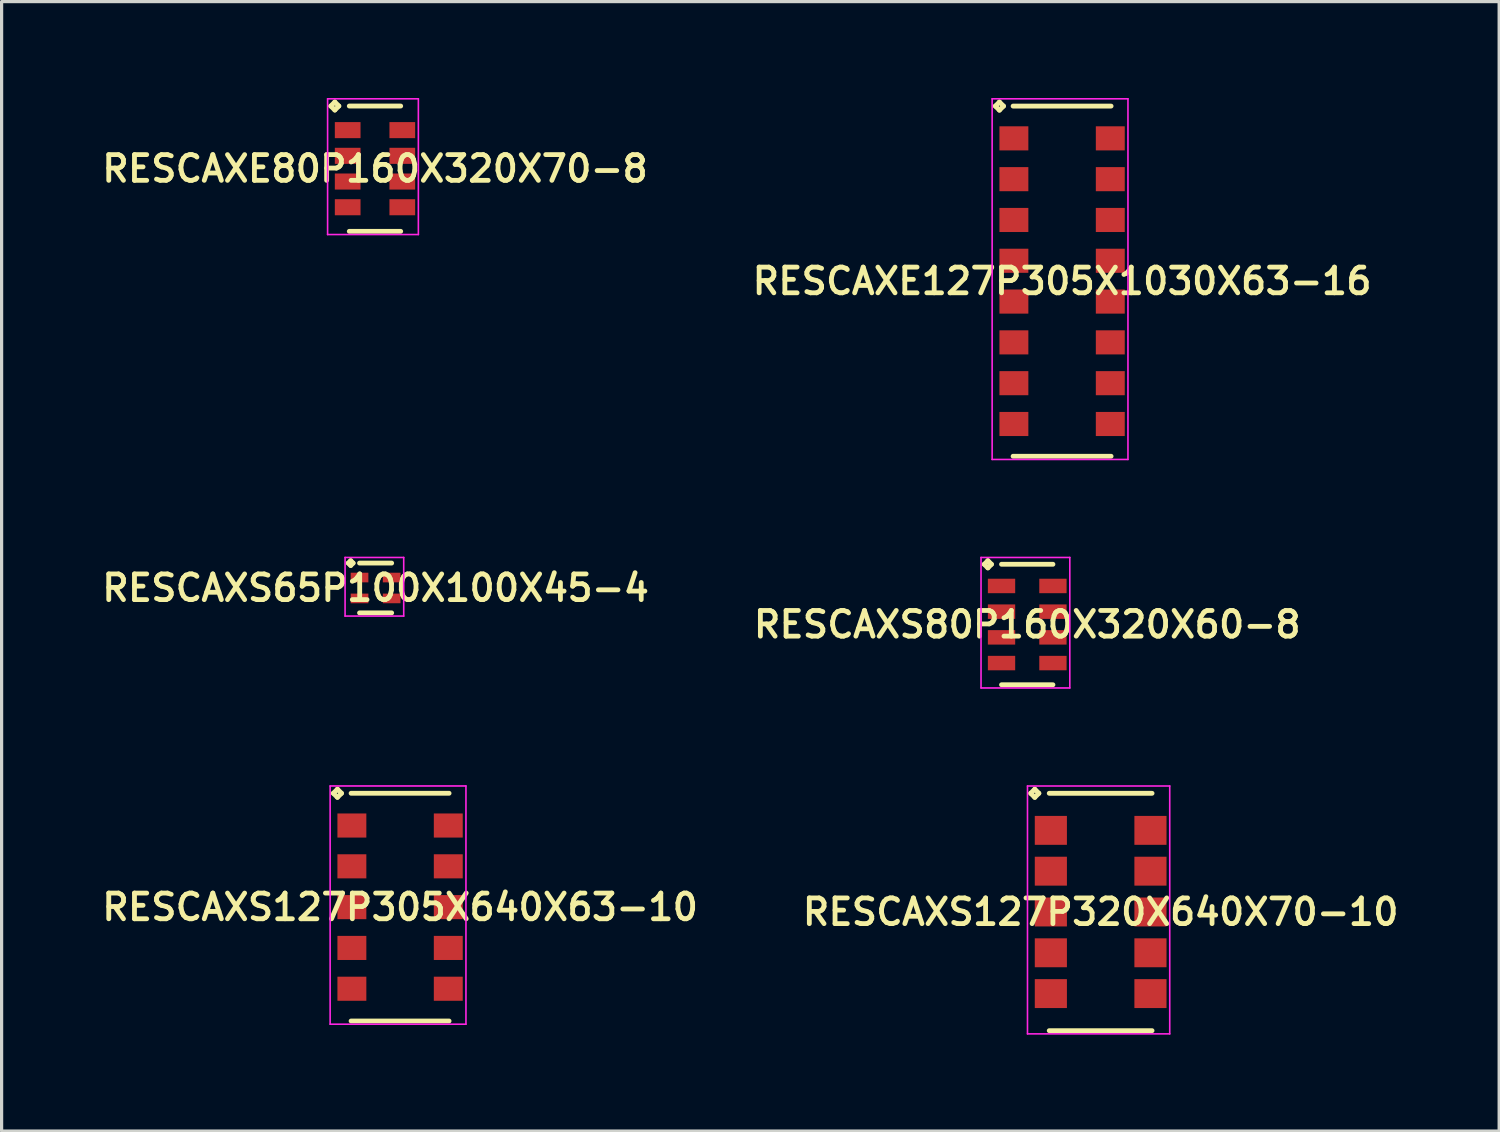
<source format=kicad_pcb>
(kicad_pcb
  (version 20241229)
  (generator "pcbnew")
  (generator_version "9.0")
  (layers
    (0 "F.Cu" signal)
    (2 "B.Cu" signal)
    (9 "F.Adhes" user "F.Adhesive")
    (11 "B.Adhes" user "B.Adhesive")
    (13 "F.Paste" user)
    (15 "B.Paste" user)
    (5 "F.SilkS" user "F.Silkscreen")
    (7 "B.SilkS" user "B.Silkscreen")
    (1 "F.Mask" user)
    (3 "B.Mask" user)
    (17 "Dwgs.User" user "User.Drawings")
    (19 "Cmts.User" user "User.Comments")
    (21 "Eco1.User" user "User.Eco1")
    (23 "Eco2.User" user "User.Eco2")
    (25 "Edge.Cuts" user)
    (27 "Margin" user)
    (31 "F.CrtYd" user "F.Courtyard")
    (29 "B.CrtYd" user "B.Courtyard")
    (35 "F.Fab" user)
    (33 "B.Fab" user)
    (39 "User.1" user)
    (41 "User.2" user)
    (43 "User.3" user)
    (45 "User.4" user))
  (footprint "RESCAXE80P160X320X70-8"
    (layer "F.Cu")
    (at 8.621 2.2)
    (property "Reference" "RESCAXE80P160X320X70-8" (at 0 0 0) (layer "F.SilkS") (effects (font (size 0.8 0.8) (thickness 0.15))))
    (attr smd)
    (fp_line (start -1.375 -1.95) (end -1.25 -2.075) (stroke (width 0.15) (type solid)) (layer "F.SilkS"))
    (fp_line (start -1.25 -2.075) (end -1.125 -1.95) (stroke (width 0.15) (type solid)) (layer "F.SilkS"))
    (fp_line (start -1.25 -1.825) (end -1.375 -1.95) (stroke (width 0.15) (type solid)) (layer "F.SilkS"))
    (fp_line (start -1.125 -1.95) (end -1.25 -1.825) (stroke (width 0.15) (type solid)) (layer "F.SilkS"))
    (fp_line (start -0.8 -1.95) (end 0.8 -1.95) (stroke (width 0.15) (type solid)) (layer "F.SilkS"))
    (fp_line (start -0.8 1.95) (end 0.8 1.95) (stroke (width 0.15) (type solid)) (layer "F.SilkS"))
    (fp_line (start -1.475 -2.175) (end 1.35 -2.175) (stroke (width 0.05) (type solid)) (layer "F.CrtYd"))
    (fp_line (start -1.475 2.05) (end -1.475 -2.175) (stroke (width 0.05) (type solid)) (layer "F.CrtYd"))
    (fp_line (start 1.35 -2.175) (end 1.35 2.05) (stroke (width 0.05) (type solid)) (layer "F.CrtYd"))
    (fp_line (start 1.35 2.05) (end -1.475 2.05) (stroke (width 0.05) (type solid)) (layer "F.CrtYd"))
    (pad "1" smd rect (at -0.85 -1.2) (size 0.8 0.5) (layers "F.Cu" "F.Mask" "F.Paste"))
    (pad "2" smd rect (at -0.85 -0.4) (size 0.8 0.5) (layers "F.Cu" "F.Mask" "F.Paste"))
    (pad "3" smd rect (at -0.85 0.4) (size 0.8 0.5) (layers "F.Cu" "F.Mask" "F.Paste"))
    (pad "4" smd rect (at -0.85 1.2) (size 0.8 0.5) (layers "F.Cu" "F.Mask" "F.Paste"))
    (pad "5" smd rect (at 0.85 1.2) (size 0.8 0.5) (layers "F.Cu" "F.Mask" "F.Paste"))
    (pad "6" smd rect (at 0.85 0.4) (size 0.8 0.5) (layers "F.Cu" "F.Mask" "F.Paste"))
    (pad "7" smd rect (at 0.85 -0.4) (size 0.8 0.5) (layers "F.Cu" "F.Mask" "F.Paste"))
    (pad "8" smd rect (at 0.85 -1.2) (size 0.8 0.5) (layers "F.Cu" "F.Mask" "F.Paste")))
  (footprint "RESCAXE127P305X1030X63-16"
    (layer "F.Cu")
    (at 30.006 5.701)
    (property "Reference" "RESCAXE127P305X1030X63-16" (at 0 0 0) (layer "F.SilkS") (effects (font (size 0.8 0.8) (thickness 0.15))))
    (attr smd)
    (fp_line (start -2.077 -5.449) (end -1.95 -5.576) (stroke (width 0.15) (type solid)) (layer "F.SilkS"))
    (fp_line (start -1.95 -5.576) (end -1.823 -5.449) (stroke (width 0.15) (type solid)) (layer "F.SilkS"))
    (fp_line (start -1.95 -5.322) (end -2.077 -5.449) (stroke (width 0.15) (type solid)) (layer "F.SilkS"))
    (fp_line (start -1.823 -5.449) (end -1.95 -5.322) (stroke (width 0.15) (type solid)) (layer "F.SilkS"))
    (fp_line (start -1.525 -5.449) (end 1.525 -5.449) (stroke (width 0.15) (type solid)) (layer "F.SilkS"))
    (fp_line (start -1.525 5.449) (end 1.525 5.449) (stroke (width 0.15) (type solid)) (layer "F.SilkS"))
    (fp_line (start -2.177 -5.676) (end 2.05 -5.676) (stroke (width 0.05) (type solid)) (layer "F.CrtYd"))
    (fp_line (start -2.177 5.549) (end -2.177 -5.676) (stroke (width 0.05) (type solid)) (layer "F.CrtYd"))
    (fp_line (start 2.05 -5.676) (end 2.05 5.549) (stroke (width 0.05) (type solid)) (layer "F.CrtYd"))
    (fp_line (start 2.05 5.549) (end -2.177 5.549) (stroke (width 0.05) (type solid)) (layer "F.CrtYd"))
    (pad "1" smd rect (at -1.5 -4.445) (size 0.9 0.75) (layers "F.Cu" "F.Mask" "F.Paste"))
    (pad "2" smd rect (at -1.5 -3.175) (size 0.9 0.75) (layers "F.Cu" "F.Mask" "F.Paste"))
    (pad "3" smd rect (at -1.5 -1.905) (size 0.9 0.75) (layers "F.Cu" "F.Mask" "F.Paste"))
    (pad "4" smd rect (at -1.5 -0.635) (size 0.9 0.75) (layers "F.Cu" "F.Mask" "F.Paste"))
    (pad "5" smd rect (at -1.5 0.635) (size 0.9 0.75) (layers "F.Cu" "F.Mask" "F.Paste"))
    (pad "6" smd rect (at -1.5 1.905) (size 0.9 0.75) (layers "F.Cu" "F.Mask" "F.Paste"))
    (pad "7" smd rect (at -1.5 3.175) (size 0.9 0.75) (layers "F.Cu" "F.Mask" "F.Paste"))
    (pad "8" smd rect (at -1.5 4.445) (size 0.9 0.75) (layers "F.Cu" "F.Mask" "F.Paste"))
    (pad "9" smd rect (at 1.5 4.445) (size 0.9 0.75) (layers "F.Cu" "F.Mask" "F.Paste"))
    (pad "10" smd rect (at 1.5 3.175) (size 0.9 0.75) (layers "F.Cu" "F.Mask" "F.Paste"))
    (pad "11" smd rect (at 1.5 1.905) (size 0.9 0.75) (layers "F.Cu" "F.Mask" "F.Paste"))
    (pad "12" smd rect (at 1.5 0.635) (size 0.9 0.75) (layers "F.Cu" "F.Mask" "F.Paste"))
    (pad "13" smd rect (at 1.5 -0.635) (size 0.9 0.75) (layers "F.Cu" "F.Mask" "F.Paste"))
    (pad "14" smd rect (at 1.5 -1.905) (size 0.9 0.75) (layers "F.Cu" "F.Mask" "F.Paste"))
    (pad "15" smd rect (at 1.5 -3.175) (size 0.9 0.75) (layers "F.Cu" "F.Mask" "F.Paste"))
    (pad "16" smd rect (at 1.5 -4.445) (size 0.9 0.75) (layers "F.Cu" "F.Mask" "F.Paste")))
  (footprint "RESCAXS80P160X320X60-8"
    (layer "F.Cu")
    (at 28.921 16.387)
    (property "Reference" "RESCAXS80P160X320X60-8" (at 0 0 0) (layer "F.SilkS") (effects (font (size 0.8 0.8) (thickness 0.15))))
    (attr smd)
    (fp_line (start -1.337 -1.875) (end -1.225 -1.988) (stroke (width 0.15) (type solid)) (layer "F.SilkS"))
    (fp_line (start -1.225 -1.988) (end -1.113 -1.875) (stroke (width 0.15) (type solid)) (layer "F.SilkS"))
    (fp_line (start -1.225 -1.762) (end -1.337 -1.875) (stroke (width 0.15) (type solid)) (layer "F.SilkS"))
    (fp_line (start -1.113 -1.875) (end -1.225 -1.762) (stroke (width 0.15) (type solid)) (layer "F.SilkS"))
    (fp_line (start -0.8 -1.875) (end 0.8 -1.875) (stroke (width 0.15) (type solid)) (layer "F.SilkS"))
    (fp_line (start -0.8 1.875) (end 0.8 1.875) (stroke (width 0.15) (type solid)) (layer "F.SilkS"))
    (fp_line (start -1.438 -2.087) (end 1.325 -2.087) (stroke (width 0.05) (type solid)) (layer "F.CrtYd"))
    (fp_line (start -1.438 1.975) (end -1.438 -2.087) (stroke (width 0.05) (type solid)) (layer "F.CrtYd"))
    (fp_line (start 1.325 -2.087) (end 1.325 1.975) (stroke (width 0.05) (type solid)) (layer "F.CrtYd"))
    (fp_line (start 1.325 1.975) (end -1.438 1.975) (stroke (width 0.05) (type solid)) (layer "F.CrtYd"))
    (pad "1" smd rect (at -0.8 -1.2) (size 0.85 0.45) (layers "F.Cu" "F.Mask" "F.Paste"))
    (pad "2" smd rect (at -0.8 -0.4) (size 0.85 0.45) (layers "F.Cu" "F.Mask" "F.Paste"))
    (pad "3" smd rect (at -0.8 0.4) (size 0.85 0.45) (layers "F.Cu" "F.Mask" "F.Paste"))
    (pad "4" smd rect (at -0.8 1.2) (size 0.85 0.45) (layers "F.Cu" "F.Mask" "F.Paste"))
    (pad "5" smd rect (at 0.8 1.2) (size 0.85 0.45) (layers "F.Cu" "F.Mask" "F.Paste"))
    (pad "6" smd rect (at 0.8 0.4) (size 0.85 0.45) (layers "F.Cu" "F.Mask" "F.Paste"))
    (pad "7" smd rect (at 0.8 -0.4) (size 0.85 0.45) (layers "F.Cu" "F.Mask" "F.Paste"))
    (pad "8" smd rect (at 0.8 -1.2) (size 0.85 0.45) (layers "F.Cu" "F.Mask" "F.Paste")))
  (footprint "RESCAXS127P305X640X63-10"
    (layer "F.Cu")
    (at 9.402 25.183)
    (property "Reference" "RESCAXS127P305X640X63-10" (at 0 0 0) (layer "F.SilkS") (effects (font (size 0.8 0.8) (thickness 0.15))))
    (attr smd)
    (fp_line (start -2.077 -3.544) (end -1.95 -3.671) (stroke (width 0.15) (type solid)) (layer "F.SilkS"))
    (fp_line (start -1.95 -3.671) (end -1.823 -3.544) (stroke (width 0.15) (type solid)) (layer "F.SilkS"))
    (fp_line (start -1.95 -3.417) (end -2.077 -3.544) (stroke (width 0.15) (type solid)) (layer "F.SilkS"))
    (fp_line (start -1.823 -3.544) (end -1.95 -3.417) (stroke (width 0.15) (type solid)) (layer "F.SilkS"))
    (fp_line (start -1.525 -3.544) (end 1.525 -3.544) (stroke (width 0.15) (type solid)) (layer "F.SilkS"))
    (fp_line (start -1.525 3.544) (end 1.525 3.544) (stroke (width 0.15) (type solid)) (layer "F.SilkS"))
    (fp_line (start -2.177 -3.771) (end 2.05 -3.771) (stroke (width 0.05) (type solid)) (layer "F.CrtYd"))
    (fp_line (start -2.177 3.644) (end -2.177 -3.771) (stroke (width 0.05) (type solid)) (layer "F.CrtYd"))
    (fp_line (start 2.05 -3.771) (end 2.05 3.644) (stroke (width 0.05) (type solid)) (layer "F.CrtYd"))
    (fp_line (start 2.05 3.644) (end -2.177 3.644) (stroke (width 0.05) (type solid)) (layer "F.CrtYd"))
    (pad "1" smd rect (at -1.5 -2.54) (size 0.9 0.75) (layers "F.Cu" "F.Mask" "F.Paste"))
    (pad "2" smd rect (at -1.5 -1.27) (size 0.9 0.75) (layers "F.Cu" "F.Mask" "F.Paste"))
    (pad "3" smd rect (at -1.5 0) (size 0.9 0.75) (layers "F.Cu" "F.Mask" "F.Paste"))
    (pad "4" smd rect (at -1.5 1.27) (size 0.9 0.75) (layers "F.Cu" "F.Mask" "F.Paste"))
    (pad "5" smd rect (at -1.5 2.54) (size 0.9 0.75) (layers "F.Cu" "F.Mask" "F.Paste"))
    (pad "6" smd rect (at 1.5 2.54) (size 0.9 0.75) (layers "F.Cu" "F.Mask" "F.Paste"))
    (pad "7" smd rect (at 1.5 1.27) (size 0.9 0.75) (layers "F.Cu" "F.Mask" "F.Paste"))
    (pad "8" smd rect (at 1.5 0) (size 0.9 0.75) (layers "F.Cu" "F.Mask" "F.Paste"))
    (pad "9" smd rect (at 1.5 -1.27) (size 0.9 0.75) (layers "F.Cu" "F.Mask" "F.Paste"))
    (pad "10" smd rect (at 1.5 -2.54) (size 0.9 0.75) (layers "F.Cu" "F.Mask" "F.Paste")))
  (footprint "RESCAXS65P100X100X45-4"
    (layer "F.Cu")
    (at 8.64 15.25)
    (property "Reference" "RESCAXS65P100X100X45-4" (at 0 0 0) (layer "F.SilkS") (effects (font (size 0.8 0.8) (thickness 0.15))))
    (attr smd)
    (fp_line (start -0.85 -0.775) (end -0.775 -0.85) (stroke (width 0.15) (type solid)) (layer "F.SilkS"))
    (fp_line (start -0.775 -0.85) (end -0.7 -0.775) (stroke (width 0.15) (type solid)) (layer "F.SilkS"))
    (fp_line (start -0.775 -0.7) (end -0.85 -0.775) (stroke (width 0.15) (type solid)) (layer "F.SilkS"))
    (fp_line (start -0.7 -0.775) (end -0.775 -0.7) (stroke (width 0.15) (type solid)) (layer "F.SilkS"))
    (fp_line (start -0.5 -0.775) (end 0.5 -0.775) (stroke (width 0.15) (type solid)) (layer "F.SilkS"))
    (fp_line (start -0.5 0.775) (end 0.5 0.775) (stroke (width 0.15) (type solid)) (layer "F.SilkS"))
    (fp_line (start -0.95 -0.95) (end 0.875 -0.95) (stroke (width 0.05) (type solid)) (layer "F.CrtYd"))
    (fp_line (start -0.95 0.875) (end -0.95 -0.95) (stroke (width 0.05) (type solid)) (layer "F.CrtYd"))
    (fp_line (start 0.875 -0.95) (end 0.875 0.875) (stroke (width 0.05) (type solid)) (layer "F.CrtYd"))
    (fp_line (start 0.875 0.875) (end -0.95 0.875) (stroke (width 0.05) (type solid)) (layer "F.CrtYd"))
    (pad "1" smd rect (at -0.5 -0.325) (size 0.55 0.3) (layers "F.Cu" "F.Mask" "F.Paste"))
    (pad "2" smd rect (at -0.5 0.325) (size 0.55 0.3) (layers "F.Cu" "F.Mask" "F.Paste"))
    (pad "3" smd rect (at 0.5 0.325) (size 0.55 0.3) (layers "F.Cu" "F.Mask" "F.Paste"))
    (pad "4" smd rect (at 0.5 -0.325) (size 0.55 0.3) (layers "F.Cu" "F.Mask" "F.Paste")))
  (footprint "RESCAXS127P320X640X70-10"
    (layer "F.Cu")
    (at 31.206 25.334)
    (property "Reference" "RESCAXS127P320X640X70-10" (at 0 0 0) (layer "F.SilkS") (effects (font (size 0.8 0.8) (thickness 0.15))))
    (attr smd)
    (fp_line (start -2.177 -3.694) (end -2.05 -3.821) (stroke (width 0.15) (type solid)) (layer "F.SilkS"))
    (fp_line (start -2.05 -3.821) (end -1.923 -3.694) (stroke (width 0.15) (type solid)) (layer "F.SilkS"))
    (fp_line (start -2.05 -3.567) (end -2.177 -3.694) (stroke (width 0.15) (type solid)) (layer "F.SilkS"))
    (fp_line (start -1.923 -3.694) (end -2.05 -3.567) (stroke (width 0.15) (type solid)) (layer "F.SilkS"))
    (fp_line (start -1.6 -3.694) (end 1.6 -3.694) (stroke (width 0.15) (type solid)) (layer "F.SilkS"))
    (fp_line (start -1.6 3.694) (end 1.6 3.694) (stroke (width 0.15) (type solid)) (layer "F.SilkS"))
    (fp_line (start -2.277 -3.921) (end 2.15 -3.921) (stroke (width 0.05) (type solid)) (layer "F.CrtYd"))
    (fp_line (start -2.277 3.794) (end -2.277 -3.921) (stroke (width 0.05) (type solid)) (layer "F.CrtYd"))
    (fp_line (start 2.15 -3.921) (end 2.15 3.794) (stroke (width 0.05) (type solid)) (layer "F.CrtYd"))
    (fp_line (start 2.15 3.794) (end -2.277 3.794) (stroke (width 0.05) (type solid)) (layer "F.CrtYd"))
    (pad "1" smd rect (at -1.55 -2.54) (size 1 0.9) (layers "F.Cu" "F.Mask" "F.Paste"))
    (pad "2" smd rect (at -1.55 -1.27) (size 1 0.9) (layers "F.Cu" "F.Mask" "F.Paste"))
    (pad "3" smd rect (at -1.55 0) (size 1 0.9) (layers "F.Cu" "F.Mask" "F.Paste"))
    (pad "4" smd rect (at -1.55 1.27) (size 1 0.9) (layers "F.Cu" "F.Mask" "F.Paste"))
    (pad "5" smd rect (at -1.55 2.54) (size 1 0.9) (layers "F.Cu" "F.Mask" "F.Paste"))
    (pad "6" smd rect (at 1.55 2.54) (size 1 0.9) (layers "F.Cu" "F.Mask" "F.Paste"))
    (pad "7" smd rect (at 1.55 1.27) (size 1 0.9) (layers "F.Cu" "F.Mask" "F.Paste"))
    (pad "8" smd rect (at 1.55 0) (size 1 0.9) (layers "F.Cu" "F.Mask" "F.Paste"))
    (pad "9" smd rect (at 1.55 -1.27) (size 1 0.9) (layers "F.Cu" "F.Mask" "F.Paste"))
    (pad "10" smd rect (at 1.55 -2.54) (size 1 0.9) (layers "F.Cu" "F.Mask" "F.Paste")))
  (gr_rect
    (start -3 -3)
    (end 43.609 32.153)
    (stroke (width 0.1) (type default))
    (fill no)
    (layer "Edge.Cuts")))
</source>
